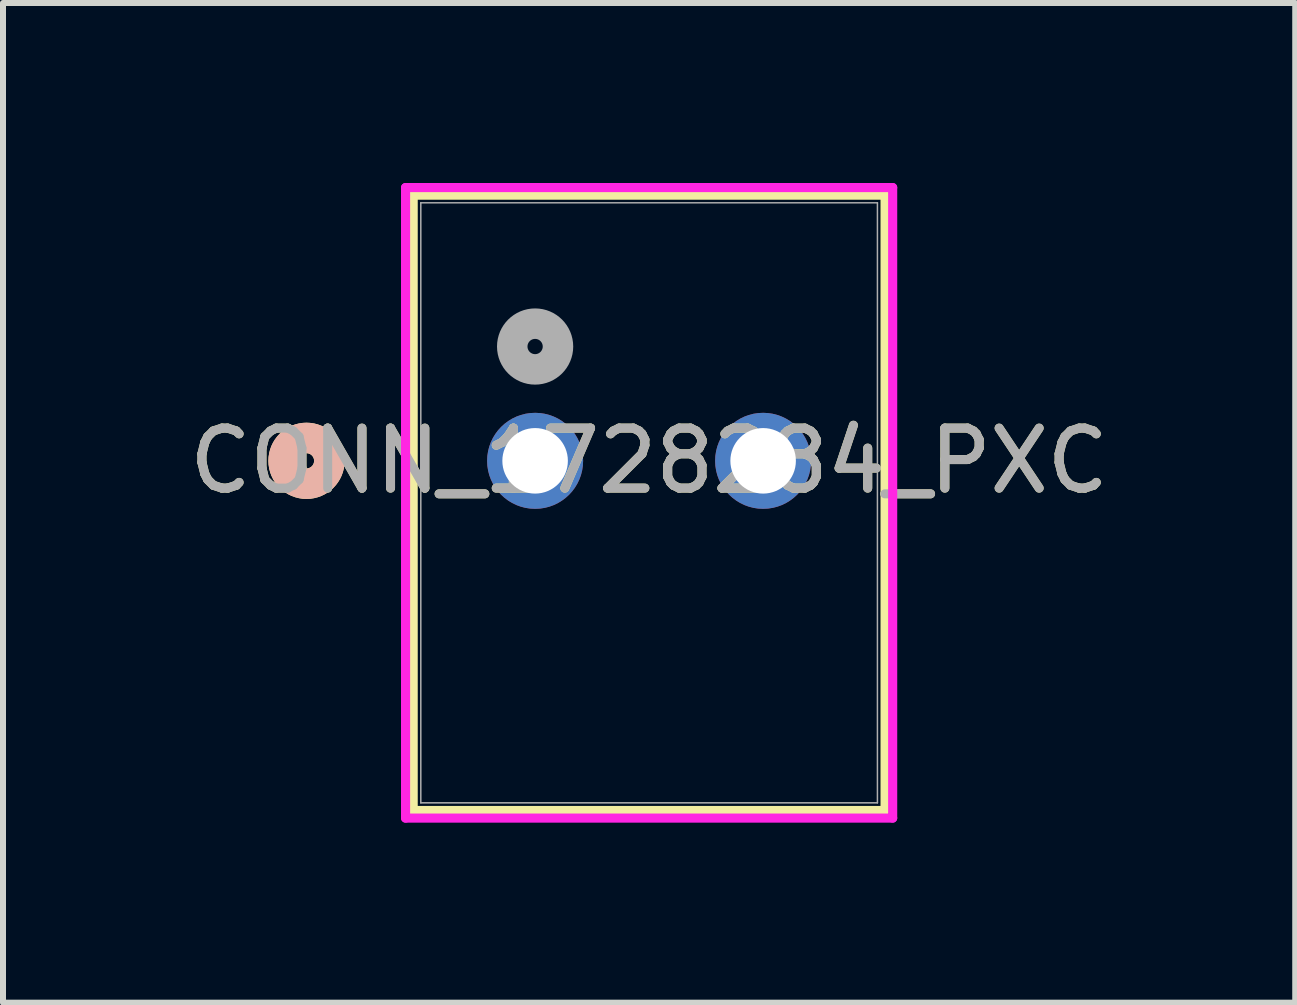
<source format=kicad_pcb>
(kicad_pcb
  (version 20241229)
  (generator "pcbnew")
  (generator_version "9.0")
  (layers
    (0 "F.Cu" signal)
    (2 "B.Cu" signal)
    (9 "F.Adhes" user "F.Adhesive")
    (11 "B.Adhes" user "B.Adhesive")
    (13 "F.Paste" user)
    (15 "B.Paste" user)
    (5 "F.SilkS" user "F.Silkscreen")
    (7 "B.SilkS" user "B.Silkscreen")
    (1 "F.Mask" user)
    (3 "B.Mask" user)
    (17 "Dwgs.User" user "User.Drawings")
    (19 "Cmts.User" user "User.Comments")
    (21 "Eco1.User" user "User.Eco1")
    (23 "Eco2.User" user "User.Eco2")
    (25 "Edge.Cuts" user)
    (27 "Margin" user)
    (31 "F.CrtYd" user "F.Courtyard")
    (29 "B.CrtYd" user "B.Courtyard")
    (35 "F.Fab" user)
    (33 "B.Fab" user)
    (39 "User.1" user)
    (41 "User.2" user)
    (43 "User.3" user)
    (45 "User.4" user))
  (footprint "CONN_1728284_PXC"
    (layer "F.Cu")
    (at 5.868 4.63)
    (property "Reference" "CONN_1728284_PXC" (at 1.9 0 0) (unlocked yes) (layer "F.SilkS") (effects (font (size 1 1) (thickness 0.15))))
    (attr through_hole)
    (fp_line (start -2.032 -4.427) (end -2.032 5.827) (stroke (width 0.152) (type solid)) (layer "F.SilkS"))
    (fp_line (start -2.032 5.827) (end 5.832 5.827) (stroke (width 0.152) (type solid)) (layer "F.SilkS"))
    (fp_line (start 5.832 -4.427) (end -2.032 -4.427) (stroke (width 0.152) (type solid)) (layer "F.SilkS"))
    (fp_line (start 5.832 5.827) (end 5.832 -4.427) (stroke (width 0.152) (type solid)) (layer "F.SilkS"))
    (fp_circle (center -3.81 0) (end -3.429 0) (stroke (width 0.508) (type solid)) (fill no) (layer "F.SilkS"))
    (fp_circle (center -3.81 0) (end -3.429 0) (stroke (width 0.508) (type solid)) (fill no) (layer "B.SilkS"))
    (fp_line (start -2.159 -4.554) (end -2.159 5.954) (stroke (width 0.152) (type solid)) (layer "F.CrtYd"))
    (fp_line (start -2.159 5.954) (end 5.959 5.954) (stroke (width 0.152) (type solid)) (layer "F.CrtYd"))
    (fp_line (start 5.959 -4.554) (end -2.159 -4.554) (stroke (width 0.152) (type solid)) (layer "F.CrtYd"))
    (fp_line (start 5.959 5.954) (end 5.959 -4.554) (stroke (width 0.152) (type solid)) (layer "F.CrtYd"))
    (fp_line (start -1.905 -4.3) (end -1.905 5.7) (stroke (width 0.025) (type solid)) (layer "F.Fab"))
    (fp_line (start -1.905 5.7) (end 5.705 5.7) (stroke (width 0.025) (type solid)) (layer "F.Fab"))
    (fp_line (start 5.705 -4.3) (end -1.905 -4.3) (stroke (width 0.025) (type solid)) (layer "F.Fab"))
    (fp_line (start 5.705 5.7) (end 5.705 -4.3) (stroke (width 0.025) (type solid)) (layer "F.Fab"))
    (fp_circle (center 0 -1.905) (end 0.381 -1.905) (stroke (width 0.508) (type solid)) (fill no) (layer "F.Fab"))
    (fp_text user "${REFERENCE}" (at 1.9 0 0) (unlocked yes) (layer "F.Fab") (effects (font (size 1 1) (thickness 0.15))))
    (pad "1" thru_hole circle (at 0 0) (size 1.6 1.6) (drill 1.092) (layers "*.Cu" "*.Mask"))
    (pad "2" thru_hole circle (at 3.8 0) (size 1.6 1.6) (drill 1.092) (layers "*.Cu" "*.Mask")))
  (gr_rect
    (start -3 -3)
    (end 18.536 13.66)
    (stroke (width 0.1) (type default))
    (fill no)
    (layer "Edge.Cuts")))
</source>
